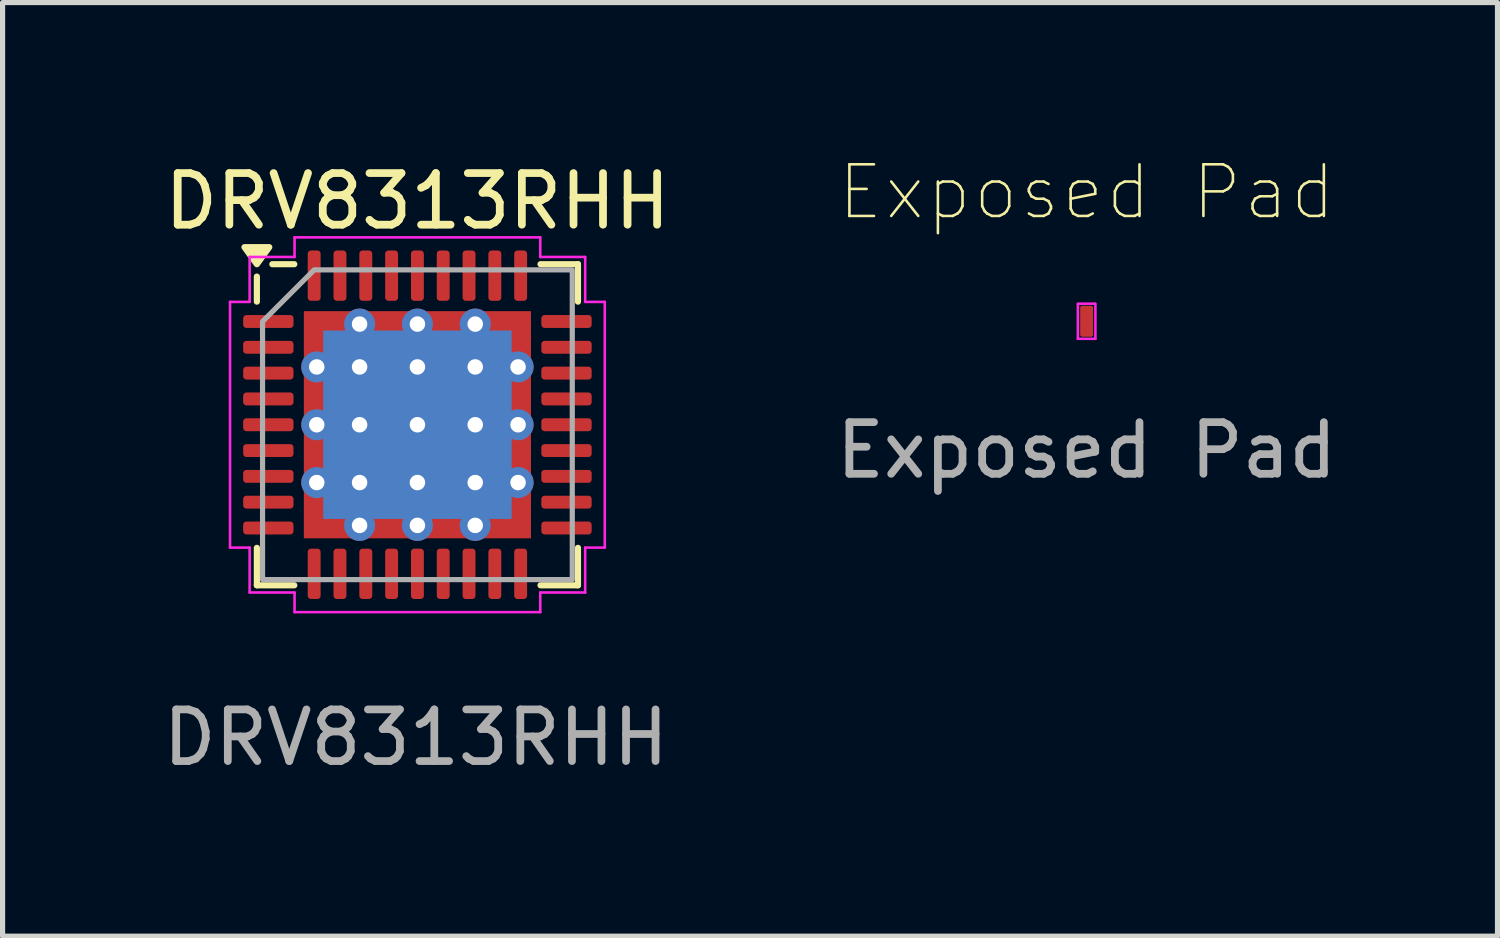
<source format=kicad_pcb>
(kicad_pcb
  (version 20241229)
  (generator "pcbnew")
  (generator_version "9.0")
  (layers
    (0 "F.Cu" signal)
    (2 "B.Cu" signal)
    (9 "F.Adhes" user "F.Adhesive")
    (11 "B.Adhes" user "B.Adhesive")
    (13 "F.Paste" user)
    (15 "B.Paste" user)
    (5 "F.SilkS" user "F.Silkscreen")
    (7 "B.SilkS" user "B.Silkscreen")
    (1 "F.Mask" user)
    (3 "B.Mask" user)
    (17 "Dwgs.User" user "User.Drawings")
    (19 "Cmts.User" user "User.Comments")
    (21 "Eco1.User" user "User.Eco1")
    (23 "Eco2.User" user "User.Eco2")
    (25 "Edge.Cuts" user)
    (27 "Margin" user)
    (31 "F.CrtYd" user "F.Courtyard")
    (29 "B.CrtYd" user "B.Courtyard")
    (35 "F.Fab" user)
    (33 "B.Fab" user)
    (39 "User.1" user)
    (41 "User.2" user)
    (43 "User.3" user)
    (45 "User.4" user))
  (footprint "DRV8313RHH"
    (layer "F.Cu")
    (at 5.036 5.178)
    (property "Reference" "DRV8313RHH" (at 0 -4.33 0) (layer "F.SilkS") (effects (font (size 1 1) (thickness 0.15))))
    (attr smd)
    (fp_line (start -3.11 -2.385) (end -3.11 -2.87) (stroke (width 0.12) (type solid)) (layer "F.SilkS"))
    (fp_line (start -3.11 3.11) (end -3.11 2.385) (stroke (width 0.12) (type solid)) (layer "F.SilkS"))
    (fp_line (start -2.385 -3.11) (end -2.81 -3.11) (stroke (width 0.12) (type solid)) (layer "F.SilkS"))
    (fp_line (start -2.385 3.11) (end -3.11 3.11) (stroke (width 0.12) (type solid)) (layer "F.SilkS"))
    (fp_line (start 2.385 -3.11) (end 3.11 -3.11) (stroke (width 0.12) (type solid)) (layer "F.SilkS"))
    (fp_line (start 2.385 3.11) (end 3.11 3.11) (stroke (width 0.12) (type solid)) (layer "F.SilkS"))
    (fp_line (start 3.11 -3.11) (end 3.11 -2.385) (stroke (width 0.12) (type solid)) (layer "F.SilkS"))
    (fp_line (start 3.11 3.11) (end 3.11 2.385) (stroke (width 0.12) (type solid)) (layer "F.SilkS"))
    (fp_poly (pts (xy -3.11 -3.11) (xy -3.35 -3.44) (xy -2.87 -3.44)) (stroke (width 0.12) (type solid)) (fill yes) (layer "F.SilkS"))
    (fp_line (start -3.63 -2.38) (end -3.25 -2.38) (stroke (width 0.05) (type solid)) (layer "F.CrtYd"))
    (fp_line (start -3.63 2.38) (end -3.63 -2.38) (stroke (width 0.05) (type solid)) (layer "F.CrtYd"))
    (fp_line (start -3.25 -3.25) (end -2.38 -3.25) (stroke (width 0.05) (type solid)) (layer "F.CrtYd"))
    (fp_line (start -3.25 -2.38) (end -3.25 -3.25) (stroke (width 0.05) (type solid)) (layer "F.CrtYd"))
    (fp_line (start -3.25 2.38) (end -3.63 2.38) (stroke (width 0.05) (type solid)) (layer "F.CrtYd"))
    (fp_line (start -3.25 3.25) (end -3.25 2.38) (stroke (width 0.05) (type solid)) (layer "F.CrtYd"))
    (fp_line (start -2.38 -3.63) (end 2.38 -3.63) (stroke (width 0.05) (type solid)) (layer "F.CrtYd"))
    (fp_line (start -2.38 -3.25) (end -2.38 -3.63) (stroke (width 0.05) (type solid)) (layer "F.CrtYd"))
    (fp_line (start -2.38 3.25) (end -3.25 3.25) (stroke (width 0.05) (type solid)) (layer "F.CrtYd"))
    (fp_line (start -2.38 3.63) (end -2.38 3.25) (stroke (width 0.05) (type solid)) (layer "F.CrtYd"))
    (fp_line (start 2.38 -3.63) (end 2.38 -3.25) (stroke (width 0.05) (type solid)) (layer "F.CrtYd"))
    (fp_line (start 2.38 -3.25) (end 3.25 -3.25) (stroke (width 0.05) (type solid)) (layer "F.CrtYd"))
    (fp_line (start 2.38 3.25) (end 2.38 3.63) (stroke (width 0.05) (type solid)) (layer "F.CrtYd"))
    (fp_line (start 2.38 3.63) (end -2.38 3.63) (stroke (width 0.05) (type solid)) (layer "F.CrtYd"))
    (fp_line (start 3.25 -3.25) (end 3.25 -2.38) (stroke (width 0.05) (type solid)) (layer "F.CrtYd"))
    (fp_line (start 3.25 -2.38) (end 3.63 -2.38) (stroke (width 0.05) (type solid)) (layer "F.CrtYd"))
    (fp_line (start 3.25 2.38) (end 3.25 3.25) (stroke (width 0.05) (type solid)) (layer "F.CrtYd"))
    (fp_line (start 3.25 3.25) (end 2.38 3.25) (stroke (width 0.05) (type solid)) (layer "F.CrtYd"))
    (fp_line (start 3.63 -2.38) (end 3.63 2.38) (stroke (width 0.05) (type solid)) (layer "F.CrtYd"))
    (fp_line (start 3.63 2.38) (end 3.25 2.38) (stroke (width 0.05) (type solid)) (layer "F.CrtYd"))
    (fp_poly (pts (xy -3 -2) (xy -3 3) (xy 3 3) (xy 3 -3) (xy -2 -3)) (stroke (width 0.1) (type solid)) (fill no) (layer "F.Fab"))
    (fp_text user "${REFERENCE}" (at -0.03 6.06 0) (layer "F.Fab") (effects (font (size 1 1) (thickness 0.15))))
    (pad "" smd roundrect (at -1.68 -1.68) (size 0.92 0.92) (layers "F.Paste") (roundrect_rratio 0.212))
    (pad "" smd roundrect (at -1.68 -0.56) (size 0.92 0.92) (layers "F.Paste") (roundrect_rratio 0.212))
    (pad "" smd roundrect (at -1.68 0.56) (size 0.92 0.92) (layers "F.Paste") (roundrect_rratio 0.212))
    (pad "" smd roundrect (at -1.68 1.68) (size 0.92 0.92) (layers "F.Paste") (roundrect_rratio 0.212))
    (pad "" smd roundrect (at -0.56 -1.68) (size 0.92 0.92) (layers "F.Paste") (roundrect_rratio 0.212))
    (pad "" smd roundrect (at -0.56 -0.56) (size 0.92 0.92) (layers "F.Paste") (roundrect_rratio 0.212))
    (pad "" smd roundrect (at -0.56 0.56) (size 0.92 0.92) (layers "F.Paste") (roundrect_rratio 0.212))
    (pad "" smd roundrect (at -0.56 1.68) (size 0.92 0.92) (layers "F.Paste") (roundrect_rratio 0.212))
    (pad "" smd roundrect (at 0.56 -1.68) (size 0.92 0.92) (layers "F.Paste") (roundrect_rratio 0.212))
    (pad "" smd roundrect (at 0.56 -0.56) (size 0.92 0.92) (layers "F.Paste") (roundrect_rratio 0.212))
    (pad "" smd roundrect (at 0.56 0.56) (size 0.92 0.92) (layers "F.Paste") (roundrect_rratio 0.212))
    (pad "" smd roundrect (at 0.56 1.68) (size 0.92 0.92) (layers "F.Paste") (roundrect_rratio 0.212))
    (pad "" smd roundrect (at 1.68 -1.68) (size 0.92 0.92) (layers "F.Paste") (roundrect_rratio 0.212))
    (pad "" smd roundrect (at 1.68 -0.56) (size 0.92 0.92) (layers "F.Paste") (roundrect_rratio 0.212))
    (pad "" smd roundrect (at 1.68 0.56) (size 0.92 0.92) (layers "F.Paste") (roundrect_rratio 0.212))
    (pad "" smd roundrect (at 1.68 1.68) (size 0.92 0.92) (layers "F.Paste") (roundrect_rratio 0.212))
    (pad "1" smd roundrect (at -2.888 -2) (size 0.975 0.25) (layers "F.Cu" "F.Mask" "F.Paste") (roundrect_rratio 0.25))
    (pad "2" smd roundrect (at -2.888 -1.5) (size 0.975 0.25) (layers "F.Cu" "F.Mask" "F.Paste") (roundrect_rratio 0.25))
    (pad "3" smd roundrect (at -2.888 -1) (size 0.975 0.25) (layers "F.Cu" "F.Mask" "F.Paste") (roundrect_rratio 0.25))
    (pad "4" smd roundrect (at -2.888 -0.5) (size 0.975 0.25) (layers "F.Cu" "F.Mask" "F.Paste") (roundrect_rratio 0.25))
    (pad "5" smd roundrect (at -2.888 0) (size 0.975 0.25) (layers "F.Cu" "F.Mask" "F.Paste") (roundrect_rratio 0.25))
    (pad "6" smd roundrect (at -2.888 0.5) (size 0.975 0.25) (layers "F.Cu" "F.Mask" "F.Paste") (roundrect_rratio 0.25))
    (pad "7" smd roundrect (at -2.888 1) (size 0.975 0.25) (layers "F.Cu" "F.Mask" "F.Paste") (roundrect_rratio 0.25))
    (pad "8" smd roundrect (at -2.888 1.5) (size 0.975 0.25) (layers "F.Cu" "F.Mask" "F.Paste") (roundrect_rratio 0.25))
    (pad "9" smd roundrect (at -2.888 2) (size 0.975 0.25) (layers "F.Cu" "F.Mask" "F.Paste") (roundrect_rratio 0.25))
    (pad "10" smd roundrect (at -2 2.888) (size 0.25 0.975) (layers "F.Cu" "F.Mask" "F.Paste") (roundrect_rratio 0.25))
    (pad "11" smd roundrect (at -1.5 2.888) (size 0.25 0.975) (layers "F.Cu" "F.Mask" "F.Paste") (roundrect_rratio 0.25))
    (pad "12" smd roundrect (at -1 2.888) (size 0.25 0.975) (layers "F.Cu" "F.Mask" "F.Paste") (roundrect_rratio 0.25))
    (pad "13" smd roundrect (at -0.5 2.888) (size 0.25 0.975) (layers "F.Cu" "F.Mask" "F.Paste") (roundrect_rratio 0.25))
    (pad "14" smd roundrect (at 0 2.888) (size 0.25 0.975) (layers "F.Cu" "F.Mask" "F.Paste") (roundrect_rratio 0.25))
    (pad "15" smd roundrect (at 0.5 2.888) (size 0.25 0.975) (layers "F.Cu" "F.Mask" "F.Paste") (roundrect_rratio 0.25))
    (pad "16" smd roundrect (at 1 2.888) (size 0.25 0.975) (layers "F.Cu" "F.Mask" "F.Paste") (roundrect_rratio 0.25))
    (pad "17" smd roundrect (at 1.5 2.888) (size 0.25 0.975) (layers "F.Cu" "F.Mask" "F.Paste") (roundrect_rratio 0.25))
    (pad "18" smd roundrect (at 2 2.888) (size 0.25 0.975) (layers "F.Cu" "F.Mask" "F.Paste") (roundrect_rratio 0.25))
    (pad "19" smd roundrect (at 2.888 2) (size 0.975 0.25) (layers "F.Cu" "F.Mask" "F.Paste") (roundrect_rratio 0.25))
    (pad "20" smd roundrect (at 2.888 1.5) (size 0.975 0.25) (layers "F.Cu" "F.Mask" "F.Paste") (roundrect_rratio 0.25))
    (pad "21" smd roundrect (at 2.888 1) (size 0.975 0.25) (layers "F.Cu" "F.Mask" "F.Paste") (roundrect_rratio 0.25))
    (pad "22" smd roundrect (at 2.888 0.5) (size 0.975 0.25) (layers "F.Cu" "F.Mask" "F.Paste") (roundrect_rratio 0.25))
    (pad "23" smd roundrect (at 2.888 0) (size 0.975 0.25) (layers "F.Cu" "F.Mask" "F.Paste") (roundrect_rratio 0.25))
    (pad "24" smd roundrect (at 2.888 -0.5) (size 0.975 0.25) (layers "F.Cu" "F.Mask" "F.Paste") (roundrect_rratio 0.25))
    (pad "25" smd roundrect (at 2.888 -1) (size 0.975 0.25) (layers "F.Cu" "F.Mask" "F.Paste") (roundrect_rratio 0.25))
    (pad "26" smd roundrect (at 2.888 -1.5) (size 0.975 0.25) (layers "F.Cu" "F.Mask" "F.Paste") (roundrect_rratio 0.25))
    (pad "27" smd roundrect (at 2.888 -2) (size 0.975 0.25) (layers "F.Cu" "F.Mask" "F.Paste") (roundrect_rratio 0.25))
    (pad "28" smd roundrect (at 2 -2.888) (size 0.25 0.975) (layers "F.Cu" "F.Mask" "F.Paste") (roundrect_rratio 0.25))
    (pad "29" smd roundrect (at 1.5 -2.888) (size 0.25 0.975) (layers "F.Cu" "F.Mask" "F.Paste") (roundrect_rratio 0.25))
    (pad "30" smd roundrect (at 1 -2.888) (size 0.25 0.975) (layers "F.Cu" "F.Mask" "F.Paste") (roundrect_rratio 0.25))
    (pad "31" smd roundrect (at 0.5 -2.888) (size 0.25 0.975) (layers "F.Cu" "F.Mask" "F.Paste") (roundrect_rratio 0.25))
    (pad "32" smd roundrect (at 0 -2.888) (size 0.25 0.975) (layers "F.Cu" "F.Mask" "F.Paste") (roundrect_rratio 0.25))
    (pad "33" smd roundrect (at -0.5 -2.888) (size 0.25 0.975) (layers "F.Cu" "F.Mask" "F.Paste") (roundrect_rratio 0.25))
    (pad "34" smd roundrect (at -1 -2.888) (size 0.25 0.975) (layers "F.Cu" "F.Mask" "F.Paste") (roundrect_rratio 0.25))
    (pad "35" smd roundrect (at -1.5 -2.888) (size 0.25 0.975) (layers "F.Cu" "F.Mask" "F.Paste") (roundrect_rratio 0.25))
    (pad "36" smd roundrect (at -2 -2.888) (size 0.25 0.975) (layers "F.Cu" "F.Mask" "F.Paste") (roundrect_rratio 0.25))
    (pad "37" thru_hole circle (at -1.95 -1.12) (size 0.6 0.6) (drill 0.3) (property pad_prop_heatsink) (layers "*.Cu"))
    (pad "37" thru_hole circle (at -1.95 0) (size 0.6 0.6) (drill 0.3) (property pad_prop_heatsink) (layers "*.Cu"))
    (pad "37" thru_hole circle (at -1.95 1.12) (size 0.6 0.6) (drill 0.3) (property pad_prop_heatsink) (layers "*.Cu"))
    (pad "37" thru_hole circle (at -1.12 -1.95) (size 0.6 0.6) (drill 0.3) (property pad_prop_heatsink) (layers "*.Cu"))
    (pad "37" thru_hole circle (at -1.12 -1.12) (size 0.6 0.6) (drill 0.3) (property pad_prop_heatsink) (layers "*.Cu"))
    (pad "37" thru_hole circle (at -1.12 0) (size 0.6 0.6) (drill 0.3) (property pad_prop_heatsink) (layers "*.Cu"))
    (pad "37" thru_hole circle (at -1.12 1.12) (size 0.6 0.6) (drill 0.3) (property pad_prop_heatsink) (layers "*.Cu"))
    (pad "37" thru_hole circle (at -1.12 1.95) (size 0.6 0.6) (drill 0.3) (property pad_prop_heatsink) (layers "*.Cu"))
    (pad "37" thru_hole circle (at 0 -1.95) (size 0.6 0.6) (drill 0.3) (property pad_prop_heatsink) (layers "*.Cu"))
    (pad "37" thru_hole circle (at 0 -1.12) (size 0.6 0.6) (drill 0.3) (property pad_prop_heatsink) (layers "*.Cu"))
    (pad "37" thru_hole circle (at 0 0) (size 0.6 0.6) (drill 0.3) (property pad_prop_heatsink) (layers "*.Cu"))
    (pad "37" smd rect (at 0 0) (size 3.65 3.65) (property pad_prop_heatsink) (layers "B.Cu"))
    (pad "37" smd rect (at 0 0) (size 4.4 4.4) (property pad_prop_heatsink) (layers "F.Cu" "F.Mask"))
    (pad "37" thru_hole circle (at 0 1.12) (size 0.6 0.6) (drill 0.3) (property pad_prop_heatsink) (layers "*.Cu"))
    (pad "37" thru_hole circle (at 0 1.95) (size 0.6 0.6) (drill 0.3) (property pad_prop_heatsink) (layers "*.Cu"))
    (pad "37" thru_hole circle (at 1.12 -1.95) (size 0.6 0.6) (drill 0.3) (property pad_prop_heatsink) (layers "*.Cu"))
    (pad "37" thru_hole circle (at 1.12 -1.12) (size 0.6 0.6) (drill 0.3) (property pad_prop_heatsink) (layers "*.Cu"))
    (pad "37" thru_hole circle (at 1.12 0) (size 0.6 0.6) (drill 0.3) (property pad_prop_heatsink) (layers "*.Cu"))
    (pad "37" thru_hole circle (at 1.12 1.12) (size 0.6 0.6) (drill 0.3) (property pad_prop_heatsink) (layers "*.Cu"))
    (pad "37" thru_hole circle (at 1.12 1.95) (size 0.6 0.6) (drill 0.3) (property pad_prop_heatsink) (layers "*.Cu"))
    (pad "37" thru_hole circle (at 1.95 -1.12) (size 0.6 0.6) (drill 0.3) (property pad_prop_heatsink) (layers "*.Cu"))
    (pad "37" thru_hole circle (at 1.95 0) (size 0.6 0.6) (drill 0.3) (property pad_prop_heatsink) (layers "*.Cu"))
    (pad "37" thru_hole circle (at 1.95 1.12) (size 0.6 0.6) (drill 0.3) (property pad_prop_heatsink) (layers "*.Cu")))
  (footprint "Exposed Pad"
    (layer "F.Cu")
    (at 18 3.173)
    (property "Reference" "Exposed Pad" (at 0 -2.5 0) (unlocked yes) (layer "F.SilkS") (effects (font (size 1 1) (thickness 0.05))))
    (attr smd exclude_from_bom)
    (fp_line (start -0.17 -0.33) (end -0.17 0.34) (stroke (width 0.05) (type solid)) (layer "F.CrtYd"))
    (fp_line (start -0.17 0.34) (end 0.17 0.34) (stroke (width 0.05) (type solid)) (layer "F.CrtYd"))
    (fp_line (start 0.16 -0.34) (end -0.17 -0.34) (stroke (width 0.05) (type solid)) (layer "F.CrtYd"))
    (fp_line (start 0.17 0.34) (end 0.17 -0.34) (stroke (width 0.05) (type solid)) (layer "F.CrtYd"))
    (fp_text user "${REFERENCE}" (at 0 2.5 0) (unlocked yes) (layer "F.Fab") (effects (font (size 1 1) (thickness 0.15))))
    (pad "1" smd roundrect (at 0 0) (size 0.25 0.6) (layers "F.Cu" "F.Mask" "F.Paste") (roundrect_rratio 0.15)))
  (gr_rect
    (start -3 -3)
    (end 25.959 15.086)
    (stroke (width 0.1) (type default))
    (fill no)
    (layer "Edge.Cuts")))
</source>
